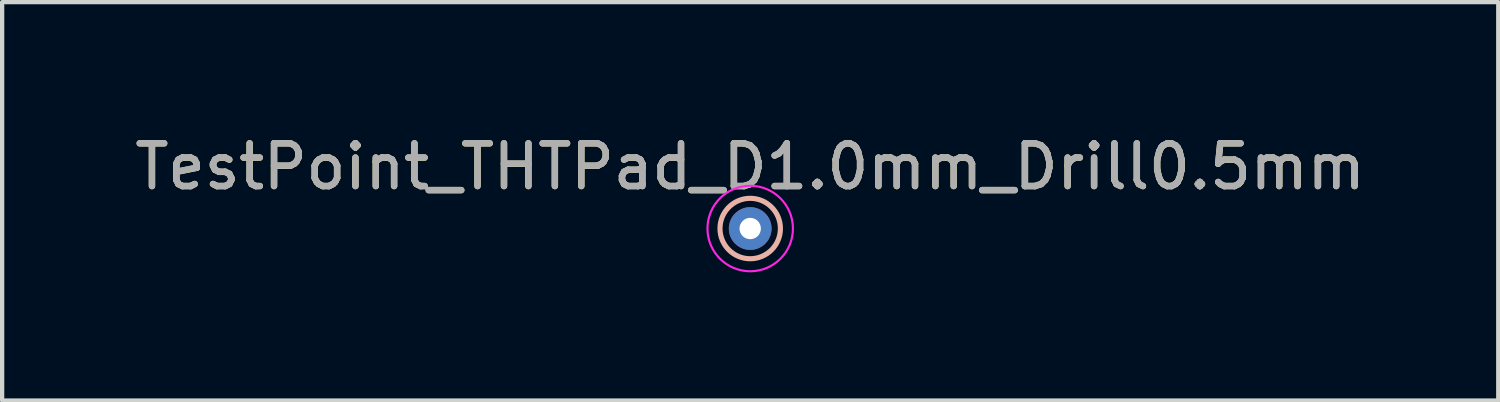
<source format=kicad_pcb>
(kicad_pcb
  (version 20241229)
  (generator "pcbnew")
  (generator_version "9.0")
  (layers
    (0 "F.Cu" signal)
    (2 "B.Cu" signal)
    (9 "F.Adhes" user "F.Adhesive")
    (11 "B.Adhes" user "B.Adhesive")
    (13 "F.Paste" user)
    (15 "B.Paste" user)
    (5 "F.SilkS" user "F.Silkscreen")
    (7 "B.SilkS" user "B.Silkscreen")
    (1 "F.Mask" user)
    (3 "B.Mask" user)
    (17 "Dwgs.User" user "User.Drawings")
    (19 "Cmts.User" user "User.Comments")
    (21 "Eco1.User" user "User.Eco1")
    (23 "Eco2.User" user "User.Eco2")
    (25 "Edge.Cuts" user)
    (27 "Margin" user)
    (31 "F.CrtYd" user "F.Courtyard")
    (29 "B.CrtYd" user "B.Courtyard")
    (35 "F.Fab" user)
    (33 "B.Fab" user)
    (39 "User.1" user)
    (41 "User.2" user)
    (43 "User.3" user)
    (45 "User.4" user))
  (footprint "TestPoint_THTPad_D1.0mm_Drill0.5mm"
    (layer "F.Cu")
    (at 14.506 2.298)
    (property "Reference" "TestPoint_THTPad_D1.0mm_Drill0.5mm" (at 0 -1.448 0) (layer "F.SilkS") (effects (font (size 1 1) (thickness 0.15))))
    (attr exclude_from_pos_files exclude_from_bom)
    (fp_circle (center 0 0) (end 0.5 0.5) (stroke (width 0.12) (type default)) (fill no) (layer "B.SilkS"))
    (fp_circle (center 0 0) (end 1 0) (stroke (width 0.05) (type solid)) (fill no) (layer "F.CrtYd"))
    (fp_text user "${REFERENCE}" (at 0 -1.45 0) (layer "F.Fab") (effects (font (size 1 1) (thickness 0.15))))
    (pad "1" thru_hole circle (at 0 0) (size 1 1) (drill 0.5) (layers "*.Cu" "F.Mask")))
  (gr_rect
    (start -3 -3)
    (end 32.012 6.323)
    (stroke (width 0.1) (type default))
    (fill no)
    (layer "Edge.Cuts")))
</source>
